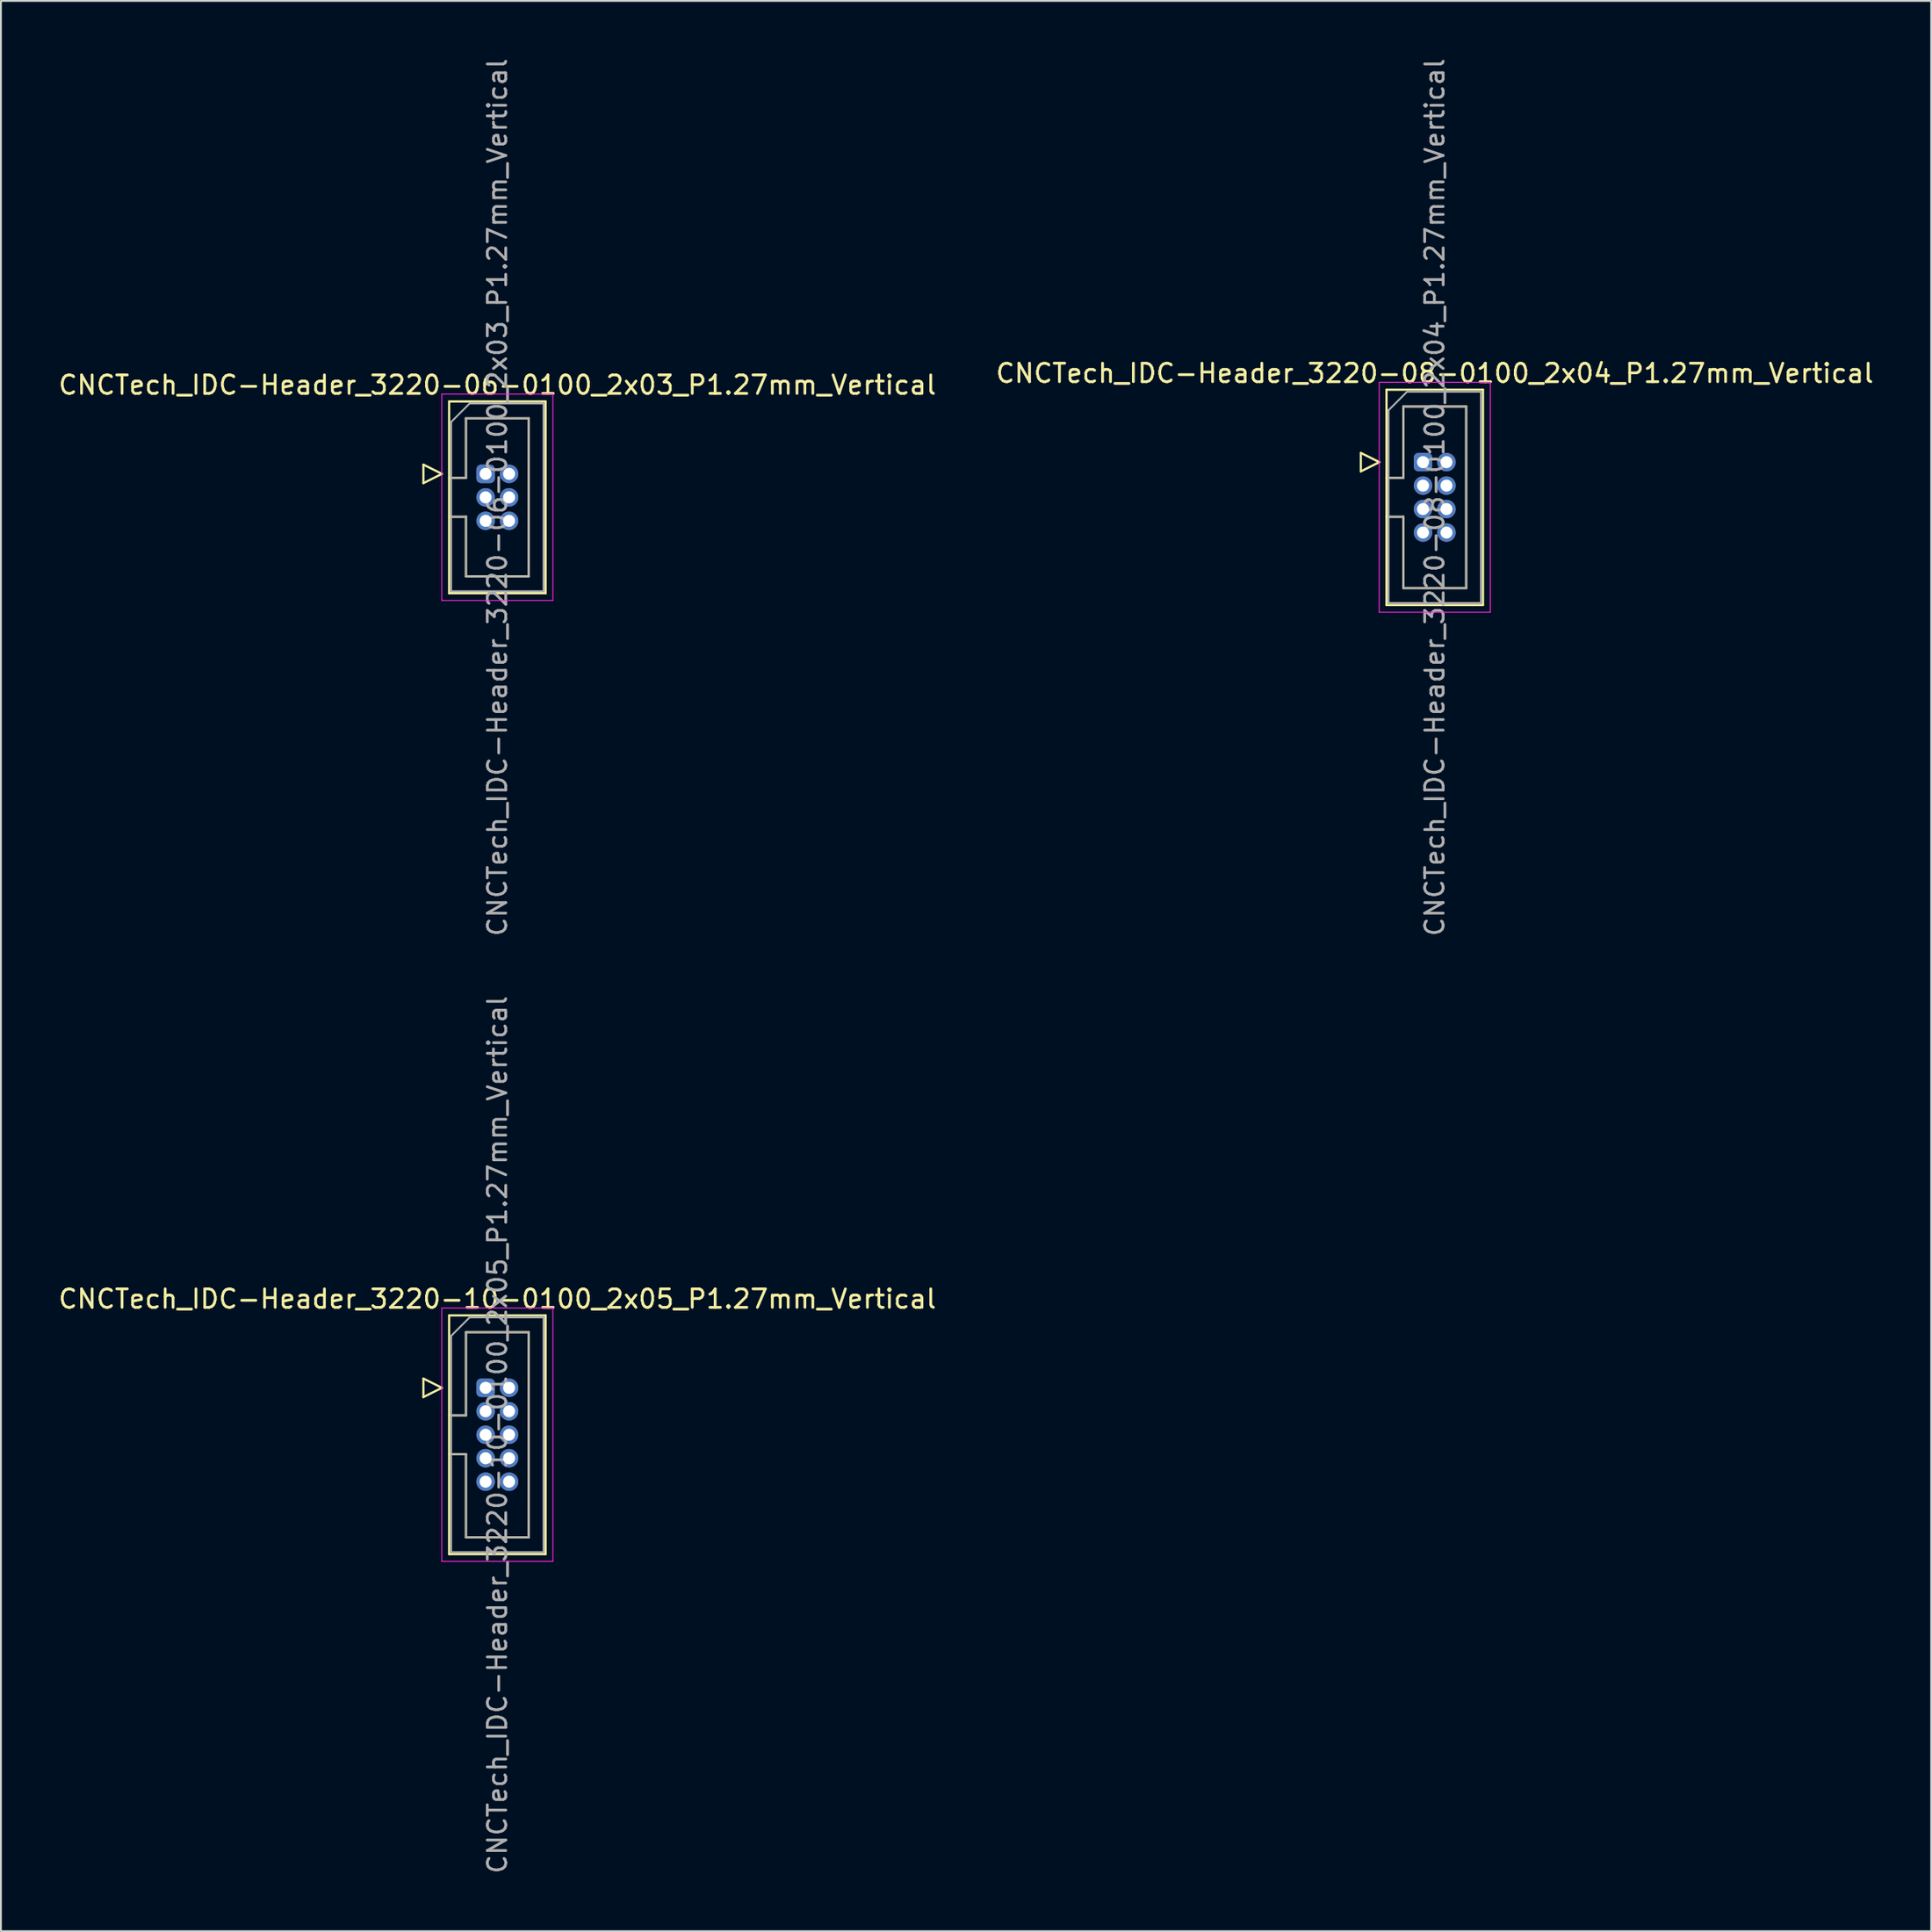
<source format=kicad_pcb>
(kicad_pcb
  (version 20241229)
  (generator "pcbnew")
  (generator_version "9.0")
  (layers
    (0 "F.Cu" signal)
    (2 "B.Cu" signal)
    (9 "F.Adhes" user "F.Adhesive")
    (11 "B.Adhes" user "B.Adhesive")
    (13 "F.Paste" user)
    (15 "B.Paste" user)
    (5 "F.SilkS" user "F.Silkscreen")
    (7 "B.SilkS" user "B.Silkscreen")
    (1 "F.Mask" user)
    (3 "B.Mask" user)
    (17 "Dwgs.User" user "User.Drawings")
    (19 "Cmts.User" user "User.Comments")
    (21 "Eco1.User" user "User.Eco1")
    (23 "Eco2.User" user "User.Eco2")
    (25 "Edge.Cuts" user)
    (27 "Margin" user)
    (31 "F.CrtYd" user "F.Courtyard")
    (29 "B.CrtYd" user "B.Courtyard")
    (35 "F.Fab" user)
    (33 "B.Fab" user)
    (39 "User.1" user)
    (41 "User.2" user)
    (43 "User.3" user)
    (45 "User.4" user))
  (footprint "CNCTech_IDC-Header_3220-08-0100_2x04_P1.27mm_Vertical"
    (layer "F.Cu")
    (at 73.954 21.958)
    (property "Reference" "CNCTech_IDC-Header_3220-08-0100_2x04_P1.27mm_Vertical" (at 0.635 -4.81 0) (layer "F.SilkS") (effects (font (size 1 1) (thickness 0.15))))
    (attr through_hole)
    (fp_line (start -3.365 -0.5) (end -3.365 0.5) (stroke (width 0.12) (type solid)) (layer "F.SilkS"))
    (fp_line (start -3.365 0.5) (end -2.365 0) (stroke (width 0.12) (type solid)) (layer "F.SilkS"))
    (fp_line (start -2.365 0) (end -3.365 -0.5) (stroke (width 0.12) (type solid)) (layer "F.SilkS"))
    (fp_line (start -1.975 -3.92) (end 3.245 -3.92) (stroke (width 0.12) (type solid)) (layer "F.SilkS"))
    (fp_line (start -1.975 0.855) (end -1.065 0.855) (stroke (width 0.12) (type solid)) (layer "F.SilkS"))
    (fp_line (start -1.975 7.73) (end -1.975 -3.92) (stroke (width 0.12) (type solid)) (layer "F.SilkS"))
    (fp_line (start -1.065 -3.01) (end 2.335 -3.01) (stroke (width 0.12) (type solid)) (layer "F.SilkS"))
    (fp_line (start -1.065 0.855) (end -1.065 -3.01) (stroke (width 0.12) (type solid)) (layer "F.SilkS"))
    (fp_line (start -1.065 2.955) (end -1.975 2.955) (stroke (width 0.12) (type solid)) (layer "F.SilkS"))
    (fp_line (start -1.065 2.955) (end -1.065 2.955) (stroke (width 0.12) (type solid)) (layer "F.SilkS"))
    (fp_line (start -1.065 6.82) (end -1.065 2.955) (stroke (width 0.12) (type solid)) (layer "F.SilkS"))
    (fp_line (start 2.335 -3.01) (end 2.335 6.82) (stroke (width 0.12) (type solid)) (layer "F.SilkS"))
    (fp_line (start 2.335 6.82) (end -1.065 6.82) (stroke (width 0.12) (type solid)) (layer "F.SilkS"))
    (fp_line (start 3.245 -3.92) (end 3.245 7.73) (stroke (width 0.12) (type solid)) (layer "F.SilkS"))
    (fp_line (start 3.245 7.73) (end -1.975 7.73) (stroke (width 0.12) (type solid)) (layer "F.SilkS"))
    (fp_line (start -2.37 -4.32) (end -2.37 8.12) (stroke (width 0.05) (type solid)) (layer "F.CrtYd"))
    (fp_line (start -2.37 8.12) (end 3.64 8.12) (stroke (width 0.05) (type solid)) (layer "F.CrtYd"))
    (fp_line (start 3.64 -4.32) (end -2.37 -4.32) (stroke (width 0.05) (type solid)) (layer "F.CrtYd"))
    (fp_line (start 3.64 8.12) (end 3.64 -4.32) (stroke (width 0.05) (type solid)) (layer "F.CrtYd"))
    (fp_line (start -1.865 -2.81) (end -0.865 -3.81) (stroke (width 0.1) (type solid)) (layer "F.Fab"))
    (fp_line (start -1.865 0.855) (end -1.065 0.855) (stroke (width 0.1) (type solid)) (layer "F.Fab"))
    (fp_line (start -1.865 7.62) (end -1.865 -2.81) (stroke (width 0.1) (type solid)) (layer "F.Fab"))
    (fp_line (start -1.065 -3.01) (end 2.335 -3.01) (stroke (width 0.1) (type solid)) (layer "F.Fab"))
    (fp_line (start -1.065 0.855) (end -1.065 -3.01) (stroke (width 0.1) (type solid)) (layer "F.Fab"))
    (fp_line (start -1.065 2.955) (end -1.865 2.955) (stroke (width 0.1) (type solid)) (layer "F.Fab"))
    (fp_line (start -1.065 2.955) (end -1.065 2.955) (stroke (width 0.1) (type solid)) (layer "F.Fab"))
    (fp_line (start -1.065 6.82) (end -1.065 2.955) (stroke (width 0.1) (type solid)) (layer "F.Fab"))
    (fp_line (start -0.865 -3.81) (end 3.135 -3.81) (stroke (width 0.1) (type solid)) (layer "F.Fab"))
    (fp_line (start 2.335 -3.01) (end 2.335 6.82) (stroke (width 0.1) (type solid)) (layer "F.Fab"))
    (fp_line (start 2.335 6.82) (end -1.065 6.82) (stroke (width 0.1) (type solid)) (layer "F.Fab"))
    (fp_line (start 3.135 -3.81) (end 3.135 7.62) (stroke (width 0.1) (type solid)) (layer "F.Fab"))
    (fp_line (start 3.135 7.62) (end -1.865 7.62) (stroke (width 0.1) (type solid)) (layer "F.Fab"))
    (fp_text user "${REFERENCE}" (at 0.635 1.905 90) (layer "F.Fab") (effects (font (size 1 1) (thickness 0.15))))
    (pad "1" thru_hole roundrect (at 0 0) (size 1 1) (drill 0.65) (layers "*.Cu" "*.Mask") (roundrect_rratio 0.25))
    (pad "2" thru_hole circle (at 1.27 0) (size 1 1) (drill 0.65) (layers "*.Cu" "*.Mask"))
    (pad "3" thru_hole circle (at 0 1.27) (size 1 1) (drill 0.65) (layers "*.Cu" "*.Mask"))
    (pad "4" thru_hole circle (at 1.27 1.27) (size 1 1) (drill 0.65) (layers "*.Cu" "*.Mask"))
    (pad "5" thru_hole circle (at 0 2.54) (size 1 1) (drill 0.65) (layers "*.Cu" "*.Mask"))
    (pad "6" thru_hole circle (at 1.27 2.54) (size 1 1) (drill 0.65) (layers "*.Cu" "*.Mask"))
    (pad "7" thru_hole circle (at 0 3.81) (size 1 1) (drill 0.65) (layers "*.Cu" "*.Mask"))
    (pad "8" thru_hole circle (at 1.27 3.81) (size 1 1) (drill 0.65) (layers "*.Cu" "*.Mask")))
  (footprint "CNCTech_IDC-Header_3220-10-0100_2x05_P1.27mm_Vertical"
    (layer "F.Cu")
    (at 23.228 72.049)
    (property "Reference" "CNCTech_IDC-Header_3220-10-0100_2x05_P1.27mm_Vertical" (at 0.635 -4.81 0) (layer "F.SilkS") (effects (font (size 1 1) (thickness 0.15))))
    (attr through_hole)
    (fp_line (start -3.365 -0.5) (end -3.365 0.5) (stroke (width 0.12) (type solid)) (layer "F.SilkS"))
    (fp_line (start -3.365 0.5) (end -2.365 0) (stroke (width 0.12) (type solid)) (layer "F.SilkS"))
    (fp_line (start -2.365 0) (end -3.365 -0.5) (stroke (width 0.12) (type solid)) (layer "F.SilkS"))
    (fp_line (start -1.975 -3.92) (end 3.245 -3.92) (stroke (width 0.12) (type solid)) (layer "F.SilkS"))
    (fp_line (start -1.975 1.49) (end -1.065 1.49) (stroke (width 0.12) (type solid)) (layer "F.SilkS"))
    (fp_line (start -1.975 9) (end -1.975 -3.92) (stroke (width 0.12) (type solid)) (layer "F.SilkS"))
    (fp_line (start -1.065 -3.01) (end 2.335 -3.01) (stroke (width 0.12) (type solid)) (layer "F.SilkS"))
    (fp_line (start -1.065 1.49) (end -1.065 -3.01) (stroke (width 0.12) (type solid)) (layer "F.SilkS"))
    (fp_line (start -1.065 3.59) (end -1.975 3.59) (stroke (width 0.12) (type solid)) (layer "F.SilkS"))
    (fp_line (start -1.065 3.59) (end -1.065 3.59) (stroke (width 0.12) (type solid)) (layer "F.SilkS"))
    (fp_line (start -1.065 8.09) (end -1.065 3.59) (stroke (width 0.12) (type solid)) (layer "F.SilkS"))
    (fp_line (start 2.335 -3.01) (end 2.335 8.09) (stroke (width 0.12) (type solid)) (layer "F.SilkS"))
    (fp_line (start 2.335 8.09) (end -1.065 8.09) (stroke (width 0.12) (type solid)) (layer "F.SilkS"))
    (fp_line (start 3.245 -3.92) (end 3.245 9) (stroke (width 0.12) (type solid)) (layer "F.SilkS"))
    (fp_line (start 3.245 9) (end -1.975 9) (stroke (width 0.12) (type solid)) (layer "F.SilkS"))
    (fp_line (start -2.37 -4.32) (end -2.37 9.39) (stroke (width 0.05) (type solid)) (layer "F.CrtYd"))
    (fp_line (start -2.37 9.39) (end 3.64 9.39) (stroke (width 0.05) (type solid)) (layer "F.CrtYd"))
    (fp_line (start 3.64 -4.32) (end -2.37 -4.32) (stroke (width 0.05) (type solid)) (layer "F.CrtYd"))
    (fp_line (start 3.64 9.39) (end 3.64 -4.32) (stroke (width 0.05) (type solid)) (layer "F.CrtYd"))
    (fp_line (start -1.865 -2.81) (end -0.865 -3.81) (stroke (width 0.1) (type solid)) (layer "F.Fab"))
    (fp_line (start -1.865 1.49) (end -1.065 1.49) (stroke (width 0.1) (type solid)) (layer "F.Fab"))
    (fp_line (start -1.865 8.89) (end -1.865 -2.81) (stroke (width 0.1) (type solid)) (layer "F.Fab"))
    (fp_line (start -1.065 -3.01) (end 2.335 -3.01) (stroke (width 0.1) (type solid)) (layer "F.Fab"))
    (fp_line (start -1.065 1.49) (end -1.065 -3.01) (stroke (width 0.1) (type solid)) (layer "F.Fab"))
    (fp_line (start -1.065 3.59) (end -1.865 3.59) (stroke (width 0.1) (type solid)) (layer "F.Fab"))
    (fp_line (start -1.065 3.59) (end -1.065 3.59) (stroke (width 0.1) (type solid)) (layer "F.Fab"))
    (fp_line (start -1.065 8.09) (end -1.065 3.59) (stroke (width 0.1) (type solid)) (layer "F.Fab"))
    (fp_line (start -0.865 -3.81) (end 3.135 -3.81) (stroke (width 0.1) (type solid)) (layer "F.Fab"))
    (fp_line (start 2.335 -3.01) (end 2.335 8.09) (stroke (width 0.1) (type solid)) (layer "F.Fab"))
    (fp_line (start 2.335 8.09) (end -1.065 8.09) (stroke (width 0.1) (type solid)) (layer "F.Fab"))
    (fp_line (start 3.135 -3.81) (end 3.135 8.89) (stroke (width 0.1) (type solid)) (layer "F.Fab"))
    (fp_line (start 3.135 8.89) (end -1.865 8.89) (stroke (width 0.1) (type solid)) (layer "F.Fab"))
    (fp_text user "${REFERENCE}" (at 0.635 2.54 90) (layer "F.Fab") (effects (font (size 1 1) (thickness 0.15))))
    (pad "1" thru_hole roundrect (at 0 0) (size 1 1) (drill 0.65) (layers "*.Cu" "*.Mask") (roundrect_rratio 0.25))
    (pad "2" thru_hole circle (at 1.27 0) (size 1 1) (drill 0.65) (layers "*.Cu" "*.Mask"))
    (pad "3" thru_hole circle (at 0 1.27) (size 1 1) (drill 0.65) (layers "*.Cu" "*.Mask"))
    (pad "4" thru_hole circle (at 1.27 1.27) (size 1 1) (drill 0.65) (layers "*.Cu" "*.Mask"))
    (pad "5" thru_hole circle (at 0 2.54) (size 1 1) (drill 0.65) (layers "*.Cu" "*.Mask"))
    (pad "6" thru_hole circle (at 1.27 2.54) (size 1 1) (drill 0.65) (layers "*.Cu" "*.Mask"))
    (pad "7" thru_hole circle (at 0 3.81) (size 1 1) (drill 0.65) (layers "*.Cu" "*.Mask"))
    (pad "8" thru_hole circle (at 1.27 3.81) (size 1 1) (drill 0.65) (layers "*.Cu" "*.Mask"))
    (pad "9" thru_hole circle (at 0 5.08) (size 1 1) (drill 0.65) (layers "*.Cu" "*.Mask"))
    (pad "10" thru_hole circle (at 1.27 5.08) (size 1 1) (drill 0.65) (layers "*.Cu" "*.Mask")))
  (footprint "CNCTech_IDC-Header_3220-06-0100_2x03_P1.27mm_Vertical"
    (layer "F.Cu")
    (at 23.228 22.593)
    (property "Reference" "CNCTech_IDC-Header_3220-06-0100_2x03_P1.27mm_Vertical" (at 0.635 -4.81 0) (layer "F.SilkS") (effects (font (size 1 1) (thickness 0.15))))
    (attr through_hole)
    (fp_line (start -3.365 -0.5) (end -3.365 0.5) (stroke (width 0.12) (type solid)) (layer "F.SilkS"))
    (fp_line (start -3.365 0.5) (end -2.365 0) (stroke (width 0.12) (type solid)) (layer "F.SilkS"))
    (fp_line (start -2.365 0) (end -3.365 -0.5) (stroke (width 0.12) (type solid)) (layer "F.SilkS"))
    (fp_line (start -1.975 -3.92) (end 3.245 -3.92) (stroke (width 0.12) (type solid)) (layer "F.SilkS"))
    (fp_line (start -1.975 0.22) (end -1.065 0.22) (stroke (width 0.12) (type solid)) (layer "F.SilkS"))
    (fp_line (start -1.975 6.46) (end -1.975 -3.92) (stroke (width 0.12) (type solid)) (layer "F.SilkS"))
    (fp_line (start -1.065 -3.01) (end 2.335 -3.01) (stroke (width 0.12) (type solid)) (layer "F.SilkS"))
    (fp_line (start -1.065 0.22) (end -1.065 -3.01) (stroke (width 0.12) (type solid)) (layer "F.SilkS"))
    (fp_line (start -1.065 2.32) (end -1.975 2.32) (stroke (width 0.12) (type solid)) (layer "F.SilkS"))
    (fp_line (start -1.065 2.32) (end -1.065 2.32) (stroke (width 0.12) (type solid)) (layer "F.SilkS"))
    (fp_line (start -1.065 5.55) (end -1.065 2.32) (stroke (width 0.12) (type solid)) (layer "F.SilkS"))
    (fp_line (start 2.335 -3.01) (end 2.335 5.55) (stroke (width 0.12) (type solid)) (layer "F.SilkS"))
    (fp_line (start 2.335 5.55) (end -1.065 5.55) (stroke (width 0.12) (type solid)) (layer "F.SilkS"))
    (fp_line (start 3.245 -3.92) (end 3.245 6.46) (stroke (width 0.12) (type solid)) (layer "F.SilkS"))
    (fp_line (start 3.245 6.46) (end -1.975 6.46) (stroke (width 0.12) (type solid)) (layer "F.SilkS"))
    (fp_line (start -2.37 -4.32) (end -2.37 6.85) (stroke (width 0.05) (type solid)) (layer "F.CrtYd"))
    (fp_line (start -2.37 6.85) (end 3.64 6.85) (stroke (width 0.05) (type solid)) (layer "F.CrtYd"))
    (fp_line (start 3.64 -4.32) (end -2.37 -4.32) (stroke (width 0.05) (type solid)) (layer "F.CrtYd"))
    (fp_line (start 3.64 6.85) (end 3.64 -4.32) (stroke (width 0.05) (type solid)) (layer "F.CrtYd"))
    (fp_line (start -1.865 -2.81) (end -0.865 -3.81) (stroke (width 0.1) (type solid)) (layer "F.Fab"))
    (fp_line (start -1.865 0.22) (end -1.065 0.22) (stroke (width 0.1) (type solid)) (layer "F.Fab"))
    (fp_line (start -1.865 6.35) (end -1.865 -2.81) (stroke (width 0.1) (type solid)) (layer "F.Fab"))
    (fp_line (start -1.065 -3.01) (end 2.335 -3.01) (stroke (width 0.1) (type solid)) (layer "F.Fab"))
    (fp_line (start -1.065 0.22) (end -1.065 -3.01) (stroke (width 0.1) (type solid)) (layer "F.Fab"))
    (fp_line (start -1.065 2.32) (end -1.865 2.32) (stroke (width 0.1) (type solid)) (layer "F.Fab"))
    (fp_line (start -1.065 2.32) (end -1.065 2.32) (stroke (width 0.1) (type solid)) (layer "F.Fab"))
    (fp_line (start -1.065 5.55) (end -1.065 2.32) (stroke (width 0.1) (type solid)) (layer "F.Fab"))
    (fp_line (start -0.865 -3.81) (end 3.135 -3.81) (stroke (width 0.1) (type solid)) (layer "F.Fab"))
    (fp_line (start 2.335 -3.01) (end 2.335 5.55) (stroke (width 0.1) (type solid)) (layer "F.Fab"))
    (fp_line (start 2.335 5.55) (end -1.065 5.55) (stroke (width 0.1) (type solid)) (layer "F.Fab"))
    (fp_line (start 3.135 -3.81) (end 3.135 6.35) (stroke (width 0.1) (type solid)) (layer "F.Fab"))
    (fp_line (start 3.135 6.35) (end -1.865 6.35) (stroke (width 0.1) (type solid)) (layer "F.Fab"))
    (fp_text user "${REFERENCE}" (at 0.635 1.27 90) (layer "F.Fab") (effects (font (size 1 1) (thickness 0.15))))
    (pad "1" thru_hole roundrect (at 0 0) (size 1 1) (drill 0.65) (layers "*.Cu" "*.Mask") (roundrect_rratio 0.25))
    (pad "2" thru_hole circle (at 1.27 0) (size 1 1) (drill 0.65) (layers "*.Cu" "*.Mask"))
    (pad "3" thru_hole circle (at 0 1.27) (size 1 1) (drill 0.65) (layers "*.Cu" "*.Mask"))
    (pad "4" thru_hole circle (at 1.27 1.27) (size 1 1) (drill 0.65) (layers "*.Cu" "*.Mask"))
    (pad "5" thru_hole circle (at 0 2.54) (size 1 1) (drill 0.65) (layers "*.Cu" "*.Mask"))
    (pad "6" thru_hole circle (at 1.27 2.54) (size 1 1) (drill 0.65) (layers "*.Cu" "*.Mask")))
  (gr_rect
    (start -3 -3)
    (end 101.452 101.452)
    (stroke (width 0.1) (type default))
    (fill no)
    (layer "Edge.Cuts")))
</source>
